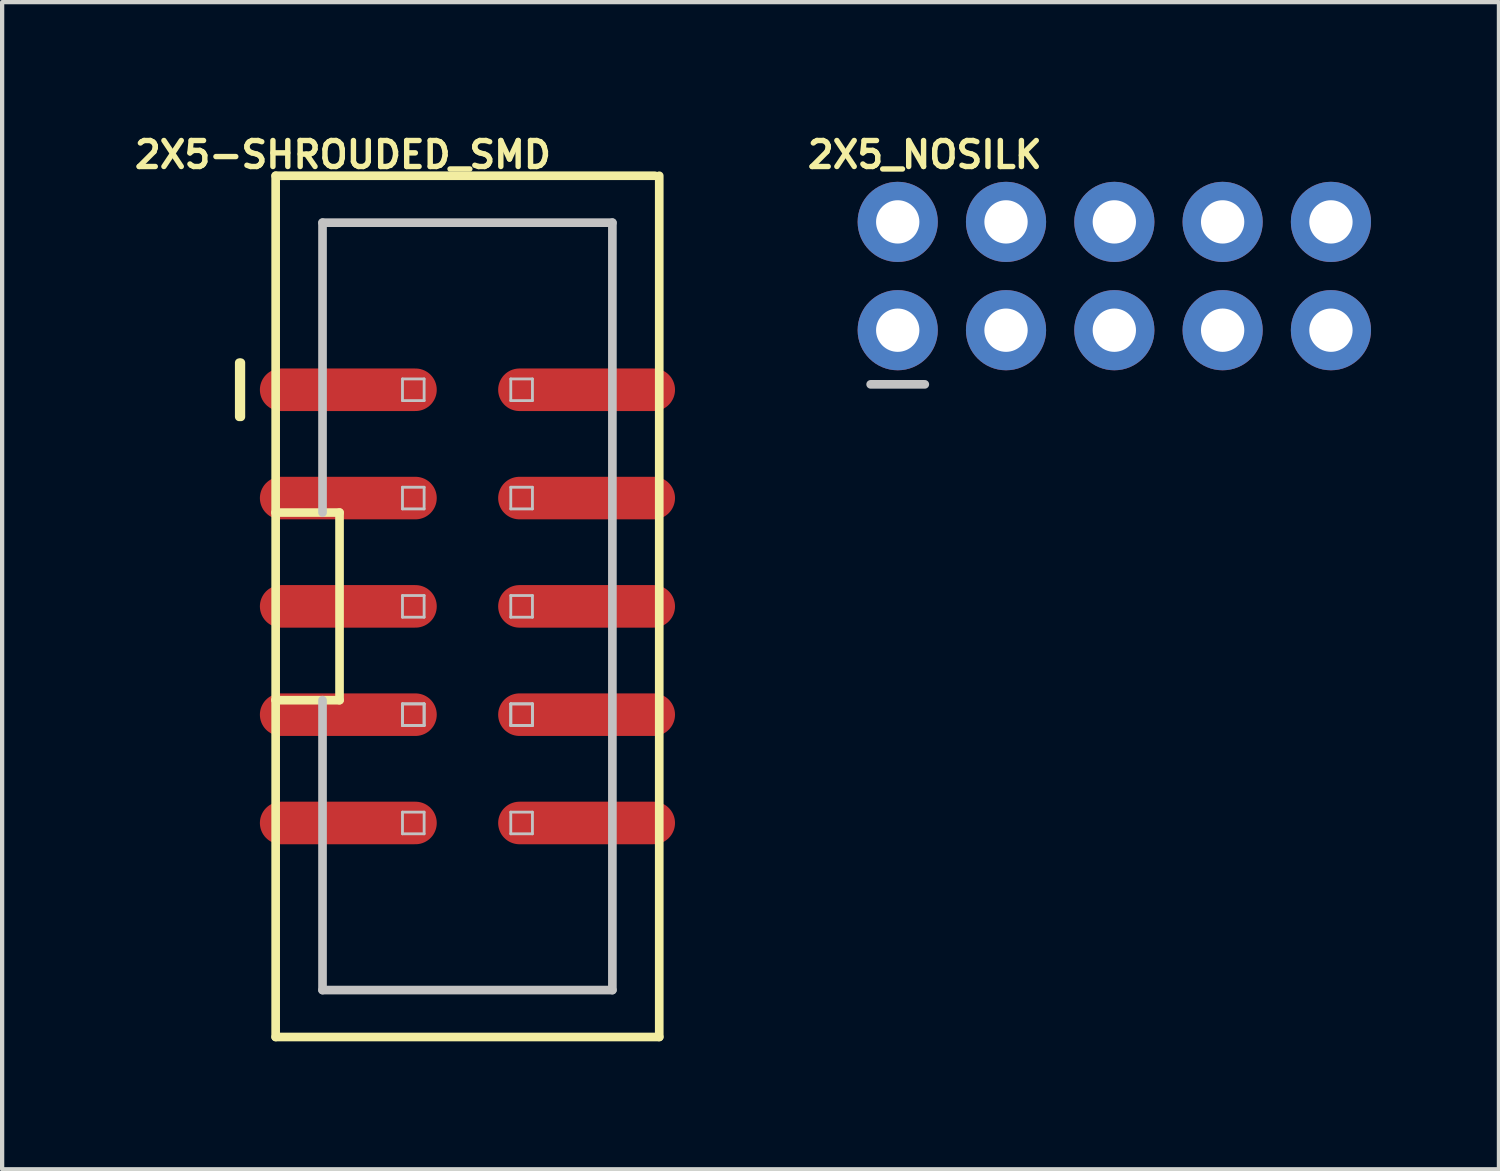
<source format=kicad_pcb>
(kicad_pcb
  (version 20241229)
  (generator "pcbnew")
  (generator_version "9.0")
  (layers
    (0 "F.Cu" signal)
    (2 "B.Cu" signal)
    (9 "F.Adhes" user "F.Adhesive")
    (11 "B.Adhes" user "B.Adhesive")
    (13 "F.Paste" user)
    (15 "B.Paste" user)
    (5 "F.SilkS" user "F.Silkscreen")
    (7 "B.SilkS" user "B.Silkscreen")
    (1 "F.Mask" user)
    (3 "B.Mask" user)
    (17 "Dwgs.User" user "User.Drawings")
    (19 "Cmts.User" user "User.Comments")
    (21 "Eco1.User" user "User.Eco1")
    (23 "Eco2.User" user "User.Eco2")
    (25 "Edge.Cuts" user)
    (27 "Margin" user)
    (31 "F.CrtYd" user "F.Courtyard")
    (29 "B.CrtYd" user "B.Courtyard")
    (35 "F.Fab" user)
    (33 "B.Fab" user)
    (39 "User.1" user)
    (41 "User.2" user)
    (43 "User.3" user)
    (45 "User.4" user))
  (footprint "2X5-SHROUDED_SMD"
    (layer "F.Cu")
    (at 7.913 11.171)
    (property "Reference" "2X5-SHROUDED_SMD" (at -2.921 -10.592 0) (layer "F.SilkS") (effects (font (size 0.61 0.61) (thickness 0.127))))
    (attr smd)
    (fp_line (start -5.352 -5.715) (end -5.352 -4.445) (stroke (width 0.203) (type solid)) (layer "F.SilkS"))
    (fp_line (start -5.314 -5.715) (end -5.314 -4.445) (stroke (width 0.203) (type solid)) (layer "F.SilkS"))
    (fp_line (start -4.498 -10.099) (end 4.399 -10.099) (stroke (width 0.203) (type solid)) (layer "F.SilkS"))
    (fp_line (start -4.498 -2.2) (end -4.498 -10.099) (stroke (width 0.203) (type solid)) (layer "F.SilkS"))
    (fp_line (start -4.498 -2.2) (end -3 -2.2) (stroke (width 0.203) (type solid)) (layer "F.SilkS"))
    (fp_line (start -4.498 2.2) (end -4.498 -2.2) (stroke (width 0.203) (type solid)) (layer "F.SilkS"))
    (fp_line (start -4.498 10.099) (end -4.498 2.2) (stroke (width 0.203) (type solid)) (layer "F.SilkS"))
    (fp_line (start -3 -2.2) (end -3 2.2) (stroke (width 0.203) (type solid)) (layer "F.SilkS"))
    (fp_line (start -3 2.2) (end -4.498 2.2) (stroke (width 0.203) (type solid)) (layer "F.SilkS"))
    (fp_line (start 4.498 -10.099) (end 4.498 10.099) (stroke (width 0.203) (type solid)) (layer "F.SilkS"))
    (fp_line (start 4.498 10.099) (end -4.498 10.099) (stroke (width 0.203) (type solid)) (layer "F.SilkS"))
    (fp_line (start -3.399 -8.999) (end -3.399 -2.2) (stroke (width 0.203) (type solid)) (layer "Dwgs.User"))
    (fp_line (start -3.399 -8.999) (end 3.399 -8.999) (stroke (width 0.203) (type solid)) (layer "Dwgs.User"))
    (fp_line (start -3.399 8.999) (end -3.399 2.2) (stroke (width 0.203) (type solid)) (layer "Dwgs.User"))
    (fp_line (start -3.399 8.999) (end 3.399 8.999) (stroke (width 0.203) (type solid)) (layer "Dwgs.User"))
    (fp_line (start -1.524 -5.334) (end -1.016 -5.334) (stroke (width 0.066) (type solid)) (layer "Dwgs.User"))
    (fp_line (start -1.524 -4.826) (end -1.524 -5.334) (stroke (width 0.066) (type solid)) (layer "Dwgs.User"))
    (fp_line (start -1.524 -4.826) (end -1.016 -4.826) (stroke (width 0.066) (type solid)) (layer "Dwgs.User"))
    (fp_line (start -1.524 -2.794) (end -1.016 -2.794) (stroke (width 0.066) (type solid)) (layer "Dwgs.User"))
    (fp_line (start -1.524 -2.286) (end -1.524 -2.794) (stroke (width 0.066) (type solid)) (layer "Dwgs.User"))
    (fp_line (start -1.524 -2.286) (end -1.016 -2.286) (stroke (width 0.066) (type solid)) (layer "Dwgs.User"))
    (fp_line (start -1.524 -0.254) (end -1.016 -0.254) (stroke (width 0.066) (type solid)) (layer "Dwgs.User"))
    (fp_line (start -1.524 0.254) (end -1.524 -0.254) (stroke (width 0.066) (type solid)) (layer "Dwgs.User"))
    (fp_line (start -1.524 0.254) (end -1.016 0.254) (stroke (width 0.066) (type solid)) (layer "Dwgs.User"))
    (fp_line (start -1.524 2.286) (end -1.016 2.286) (stroke (width 0.066) (type solid)) (layer "Dwgs.User"))
    (fp_line (start -1.524 2.286) (end -1.016 2.286) (stroke (width 0.066) (type solid)) (layer "Dwgs.User"))
    (fp_line (start -1.524 2.794) (end -1.524 2.286) (stroke (width 0.066) (type solid)) (layer "Dwgs.User"))
    (fp_line (start -1.524 2.794) (end -1.524 2.286) (stroke (width 0.066) (type solid)) (layer "Dwgs.User"))
    (fp_line (start -1.524 2.794) (end -1.016 2.794) (stroke (width 0.066) (type solid)) (layer "Dwgs.User"))
    (fp_line (start -1.524 2.794) (end -1.016 2.794) (stroke (width 0.066) (type solid)) (layer "Dwgs.User"))
    (fp_line (start -1.524 4.826) (end -1.016 4.826) (stroke (width 0.066) (type solid)) (layer "Dwgs.User"))
    (fp_line (start -1.524 5.334) (end -1.524 4.826) (stroke (width 0.066) (type solid)) (layer "Dwgs.User"))
    (fp_line (start -1.524 5.334) (end -1.016 5.334) (stroke (width 0.066) (type solid)) (layer "Dwgs.User"))
    (fp_line (start -1.016 -4.826) (end -1.016 -5.334) (stroke (width 0.066) (type solid)) (layer "Dwgs.User"))
    (fp_line (start -1.016 -2.286) (end -1.016 -2.794) (stroke (width 0.066) (type solid)) (layer "Dwgs.User"))
    (fp_line (start -1.016 0.254) (end -1.016 -0.254) (stroke (width 0.066) (type solid)) (layer "Dwgs.User"))
    (fp_line (start -1.016 2.794) (end -1.016 2.286) (stroke (width 0.066) (type solid)) (layer "Dwgs.User"))
    (fp_line (start -1.016 2.794) (end -1.016 2.286) (stroke (width 0.066) (type solid)) (layer "Dwgs.User"))
    (fp_line (start -1.016 5.334) (end -1.016 4.826) (stroke (width 0.066) (type solid)) (layer "Dwgs.User"))
    (fp_line (start 1.016 -5.334) (end 1.524 -5.334) (stroke (width 0.066) (type solid)) (layer "Dwgs.User"))
    (fp_line (start 1.016 -4.826) (end 1.016 -5.334) (stroke (width 0.066) (type solid)) (layer "Dwgs.User"))
    (fp_line (start 1.016 -4.826) (end 1.524 -4.826) (stroke (width 0.066) (type solid)) (layer "Dwgs.User"))
    (fp_line (start 1.016 -2.794) (end 1.524 -2.794) (stroke (width 0.066) (type solid)) (layer "Dwgs.User"))
    (fp_line (start 1.016 -2.286) (end 1.016 -2.794) (stroke (width 0.066) (type solid)) (layer "Dwgs.User"))
    (fp_line (start 1.016 -2.286) (end 1.524 -2.286) (stroke (width 0.066) (type solid)) (layer "Dwgs.User"))
    (fp_line (start 1.016 -0.254) (end 1.524 -0.254) (stroke (width 0.066) (type solid)) (layer "Dwgs.User"))
    (fp_line (start 1.016 0.254) (end 1.016 -0.254) (stroke (width 0.066) (type solid)) (layer "Dwgs.User"))
    (fp_line (start 1.016 0.254) (end 1.524 0.254) (stroke (width 0.066) (type solid)) (layer "Dwgs.User"))
    (fp_line (start 1.016 2.286) (end 1.524 2.286) (stroke (width 0.066) (type solid)) (layer "Dwgs.User"))
    (fp_line (start 1.016 2.286) (end 1.524 2.286) (stroke (width 0.066) (type solid)) (layer "Dwgs.User"))
    (fp_line (start 1.016 2.794) (end 1.016 2.286) (stroke (width 0.066) (type solid)) (layer "Dwgs.User"))
    (fp_line (start 1.016 2.794) (end 1.016 2.286) (stroke (width 0.066) (type solid)) (layer "Dwgs.User"))
    (fp_line (start 1.016 2.794) (end 1.524 2.794) (stroke (width 0.066) (type solid)) (layer "Dwgs.User"))
    (fp_line (start 1.016 2.794) (end 1.524 2.794) (stroke (width 0.066) (type solid)) (layer "Dwgs.User"))
    (fp_line (start 1.016 4.826) (end 1.524 4.826) (stroke (width 0.066) (type solid)) (layer "Dwgs.User"))
    (fp_line (start 1.016 5.334) (end 1.016 4.826) (stroke (width 0.066) (type solid)) (layer "Dwgs.User"))
    (fp_line (start 1.016 5.334) (end 1.524 5.334) (stroke (width 0.066) (type solid)) (layer "Dwgs.User"))
    (fp_line (start 1.524 -4.826) (end 1.524 -5.334) (stroke (width 0.066) (type solid)) (layer "Dwgs.User"))
    (fp_line (start 1.524 -2.286) (end 1.524 -2.794) (stroke (width 0.066) (type solid)) (layer "Dwgs.User"))
    (fp_line (start 1.524 0.254) (end 1.524 -0.254) (stroke (width 0.066) (type solid)) (layer "Dwgs.User"))
    (fp_line (start 1.524 2.794) (end 1.524 2.286) (stroke (width 0.066) (type solid)) (layer "Dwgs.User"))
    (fp_line (start 1.524 2.794) (end 1.524 2.286) (stroke (width 0.066) (type solid)) (layer "Dwgs.User"))
    (fp_line (start 1.524 5.334) (end 1.524 4.826) (stroke (width 0.066) (type solid)) (layer "Dwgs.User"))
    (fp_line (start 3.399 -8.999) (end 3.399 8.999) (stroke (width 0.203) (type solid)) (layer "Dwgs.User"))
    (pad "1" smd oval (at -2.794 -5.08) (size 4.148 0.998) (layers "F.Cu" "F.Mask" "F.Paste"))
    (pad "2" smd oval (at 2.794 -5.08) (size 4.148 0.998) (layers "F.Cu" "F.Mask" "F.Paste"))
    (pad "3" smd oval (at -2.794 -2.54) (size 4.148 0.998) (layers "F.Cu" "F.Mask" "F.Paste"))
    (pad "4" smd oval (at 2.794 -2.54) (size 4.148 0.998) (layers "F.Cu" "F.Mask" "F.Paste"))
    (pad "5" smd oval (at -2.794 0) (size 4.148 0.998) (layers "F.Cu" "F.Mask" "F.Paste"))
    (pad "6" smd oval (at 2.794 0) (size 4.148 0.998) (layers "F.Cu" "F.Mask" "F.Paste"))
    (pad "7" smd oval (at -2.794 2.54) (size 4.148 0.998) (layers "F.Cu" "F.Mask" "F.Paste"))
    (pad "8" smd oval (at 2.794 2.54) (size 4.148 0.998) (layers "F.Cu" "F.Mask" "F.Paste"))
    (pad "9" smd oval (at -2.794 5.08) (size 4.148 0.998) (layers "F.Cu" "F.Mask" "F.Paste"))
    (pad "10" smd oval (at 2.794 5.08) (size 4.148 0.998) (layers "F.Cu" "F.Mask" "F.Paste")))
  (footprint "2X5_NOSILK"
    (layer "F.Cu")
    (at 18.004 4.694)
    (property "Reference" "2X5_NOSILK" (at 0.635 -4.115 0) (layer "F.SilkS") (effects (font (size 0.61 0.61) (thickness 0.127))))
    (attr exclude_from_pos_files exclude_from_bom)
    (fp_line (start -0.254 -2.794) (end 0.254 -2.794) (stroke (width 0.066) (type solid)) (layer "Dwgs.User"))
    (fp_line (start -0.254 -2.286) (end -0.254 -2.794) (stroke (width 0.066) (type solid)) (layer "Dwgs.User"))
    (fp_line (start -0.254 -2.286) (end 0.254 -2.286) (stroke (width 0.066) (type solid)) (layer "Dwgs.User"))
    (fp_line (start -0.254 -0.254) (end 0.254 -0.254) (stroke (width 0.066) (type solid)) (layer "Dwgs.User"))
    (fp_line (start -0.254 0.254) (end -0.254 -0.254) (stroke (width 0.066) (type solid)) (layer "Dwgs.User"))
    (fp_line (start -0.254 0.254) (end 0.254 0.254) (stroke (width 0.066) (type solid)) (layer "Dwgs.User"))
    (fp_line (start 0.254 -2.286) (end 0.254 -2.794) (stroke (width 0.066) (type solid)) (layer "Dwgs.User"))
    (fp_line (start 0.254 0.254) (end 0.254 -0.254) (stroke (width 0.066) (type solid)) (layer "Dwgs.User"))
    (fp_line (start 0.635 1.27) (end -0.635 1.27) (stroke (width 0.203) (type solid)) (layer "Dwgs.User"))
    (fp_line (start 2.286 -2.794) (end 2.794 -2.794) (stroke (width 0.066) (type solid)) (layer "Dwgs.User"))
    (fp_line (start 2.286 -2.286) (end 2.286 -2.794) (stroke (width 0.066) (type solid)) (layer "Dwgs.User"))
    (fp_line (start 2.286 -2.286) (end 2.794 -2.286) (stroke (width 0.066) (type solid)) (layer "Dwgs.User"))
    (fp_line (start 2.286 -0.254) (end 2.794 -0.254) (stroke (width 0.066) (type solid)) (layer "Dwgs.User"))
    (fp_line (start 2.286 0.254) (end 2.286 -0.254) (stroke (width 0.066) (type solid)) (layer "Dwgs.User"))
    (fp_line (start 2.286 0.254) (end 2.794 0.254) (stroke (width 0.066) (type solid)) (layer "Dwgs.User"))
    (fp_line (start 2.794 -2.286) (end 2.794 -2.794) (stroke (width 0.066) (type solid)) (layer "Dwgs.User"))
    (fp_line (start 2.794 0.254) (end 2.794 -0.254) (stroke (width 0.066) (type solid)) (layer "Dwgs.User"))
    (fp_line (start 4.826 -2.794) (end 5.334 -2.794) (stroke (width 0.066) (type solid)) (layer "Dwgs.User"))
    (fp_line (start 4.826 -2.286) (end 4.826 -2.794) (stroke (width 0.066) (type solid)) (layer "Dwgs.User"))
    (fp_line (start 4.826 -2.286) (end 5.334 -2.286) (stroke (width 0.066) (type solid)) (layer "Dwgs.User"))
    (fp_line (start 4.826 -0.254) (end 5.334 -0.254) (stroke (width 0.066) (type solid)) (layer "Dwgs.User"))
    (fp_line (start 4.826 0.254) (end 4.826 -0.254) (stroke (width 0.066) (type solid)) (layer "Dwgs.User"))
    (fp_line (start 4.826 0.254) (end 5.334 0.254) (stroke (width 0.066) (type solid)) (layer "Dwgs.User"))
    (fp_line (start 5.334 -2.286) (end 5.334 -2.794) (stroke (width 0.066) (type solid)) (layer "Dwgs.User"))
    (fp_line (start 5.334 0.254) (end 5.334 -0.254) (stroke (width 0.066) (type solid)) (layer "Dwgs.User"))
    (fp_line (start 7.366 -2.794) (end 7.874 -2.794) (stroke (width 0.066) (type solid)) (layer "Dwgs.User"))
    (fp_line (start 7.366 -2.286) (end 7.366 -2.794) (stroke (width 0.066) (type solid)) (layer "Dwgs.User"))
    (fp_line (start 7.366 -2.286) (end 7.874 -2.286) (stroke (width 0.066) (type solid)) (layer "Dwgs.User"))
    (fp_line (start 7.366 -0.254) (end 7.874 -0.254) (stroke (width 0.066) (type solid)) (layer "Dwgs.User"))
    (fp_line (start 7.366 0.254) (end 7.366 -0.254) (stroke (width 0.066) (type solid)) (layer "Dwgs.User"))
    (fp_line (start 7.366 0.254) (end 7.874 0.254) (stroke (width 0.066) (type solid)) (layer "Dwgs.User"))
    (fp_line (start 7.874 -2.286) (end 7.874 -2.794) (stroke (width 0.066) (type solid)) (layer "Dwgs.User"))
    (fp_line (start 7.874 0.254) (end 7.874 -0.254) (stroke (width 0.066) (type solid)) (layer "Dwgs.User"))
    (fp_line (start 9.906 -2.794) (end 10.414 -2.794) (stroke (width 0.066) (type solid)) (layer "Dwgs.User"))
    (fp_line (start 9.906 -2.286) (end 9.906 -2.794) (stroke (width 0.066) (type solid)) (layer "Dwgs.User"))
    (fp_line (start 9.906 -2.286) (end 10.414 -2.286) (stroke (width 0.066) (type solid)) (layer "Dwgs.User"))
    (fp_line (start 9.906 -0.254) (end 10.414 -0.254) (stroke (width 0.066) (type solid)) (layer "Dwgs.User"))
    (fp_line (start 9.906 0.254) (end 9.906 -0.254) (stroke (width 0.066) (type solid)) (layer "Dwgs.User"))
    (fp_line (start 9.906 0.254) (end 10.414 0.254) (stroke (width 0.066) (type solid)) (layer "Dwgs.User"))
    (fp_line (start 10.414 -2.286) (end 10.414 -2.794) (stroke (width 0.066) (type solid)) (layer "Dwgs.User"))
    (fp_line (start 10.414 0.254) (end 10.414 -0.254) (stroke (width 0.066) (type solid)) (layer "Dwgs.User"))
    (pad "1" thru_hole circle (at 0 0) (size 1.88 1.88) (drill 1.016) (layers "*.Cu" "*.Paste" "*.Mask"))
    (pad "2" thru_hole circle (at 0 -2.54) (size 1.88 1.88) (drill 1.016) (layers "*.Cu" "*.Paste" "*.Mask"))
    (pad "3" thru_hole circle (at 2.54 0) (size 1.88 1.88) (drill 1.016) (layers "*.Cu" "*.Paste" "*.Mask"))
    (pad "4" thru_hole circle (at 2.54 -2.54) (size 1.88 1.88) (drill 1.016) (layers "*.Cu" "*.Paste" "*.Mask"))
    (pad "5" thru_hole circle (at 5.08 0) (size 1.88 1.88) (drill 1.016) (layers "*.Cu" "*.Paste" "*.Mask"))
    (pad "6" thru_hole circle (at 5.08 -2.54) (size 1.88 1.88) (drill 1.016) (layers "*.Cu" "*.Paste" "*.Mask"))
    (pad "7" thru_hole circle (at 7.62 0) (size 1.88 1.88) (drill 1.016) (layers "*.Cu" "*.Paste" "*.Mask"))
    (pad "8" thru_hole circle (at 7.62 -2.54) (size 1.88 1.88) (drill 1.016) (layers "*.Cu" "*.Paste" "*.Mask"))
    (pad "9" thru_hole circle (at 10.16 0) (size 1.88 1.88) (drill 1.016) (layers "*.Cu" "*.Paste" "*.Mask"))
    (pad "10" thru_hole circle (at 10.16 -2.54) (size 1.88 1.88) (drill 1.016) (layers "*.Cu" "*.Paste" "*.Mask")))
  (gr_rect
    (start -3 -3)
    (end 32.104 24.372)
    (stroke (width 0.1) (type default))
    (fill no)
    (layer "Edge.Cuts")))
</source>
